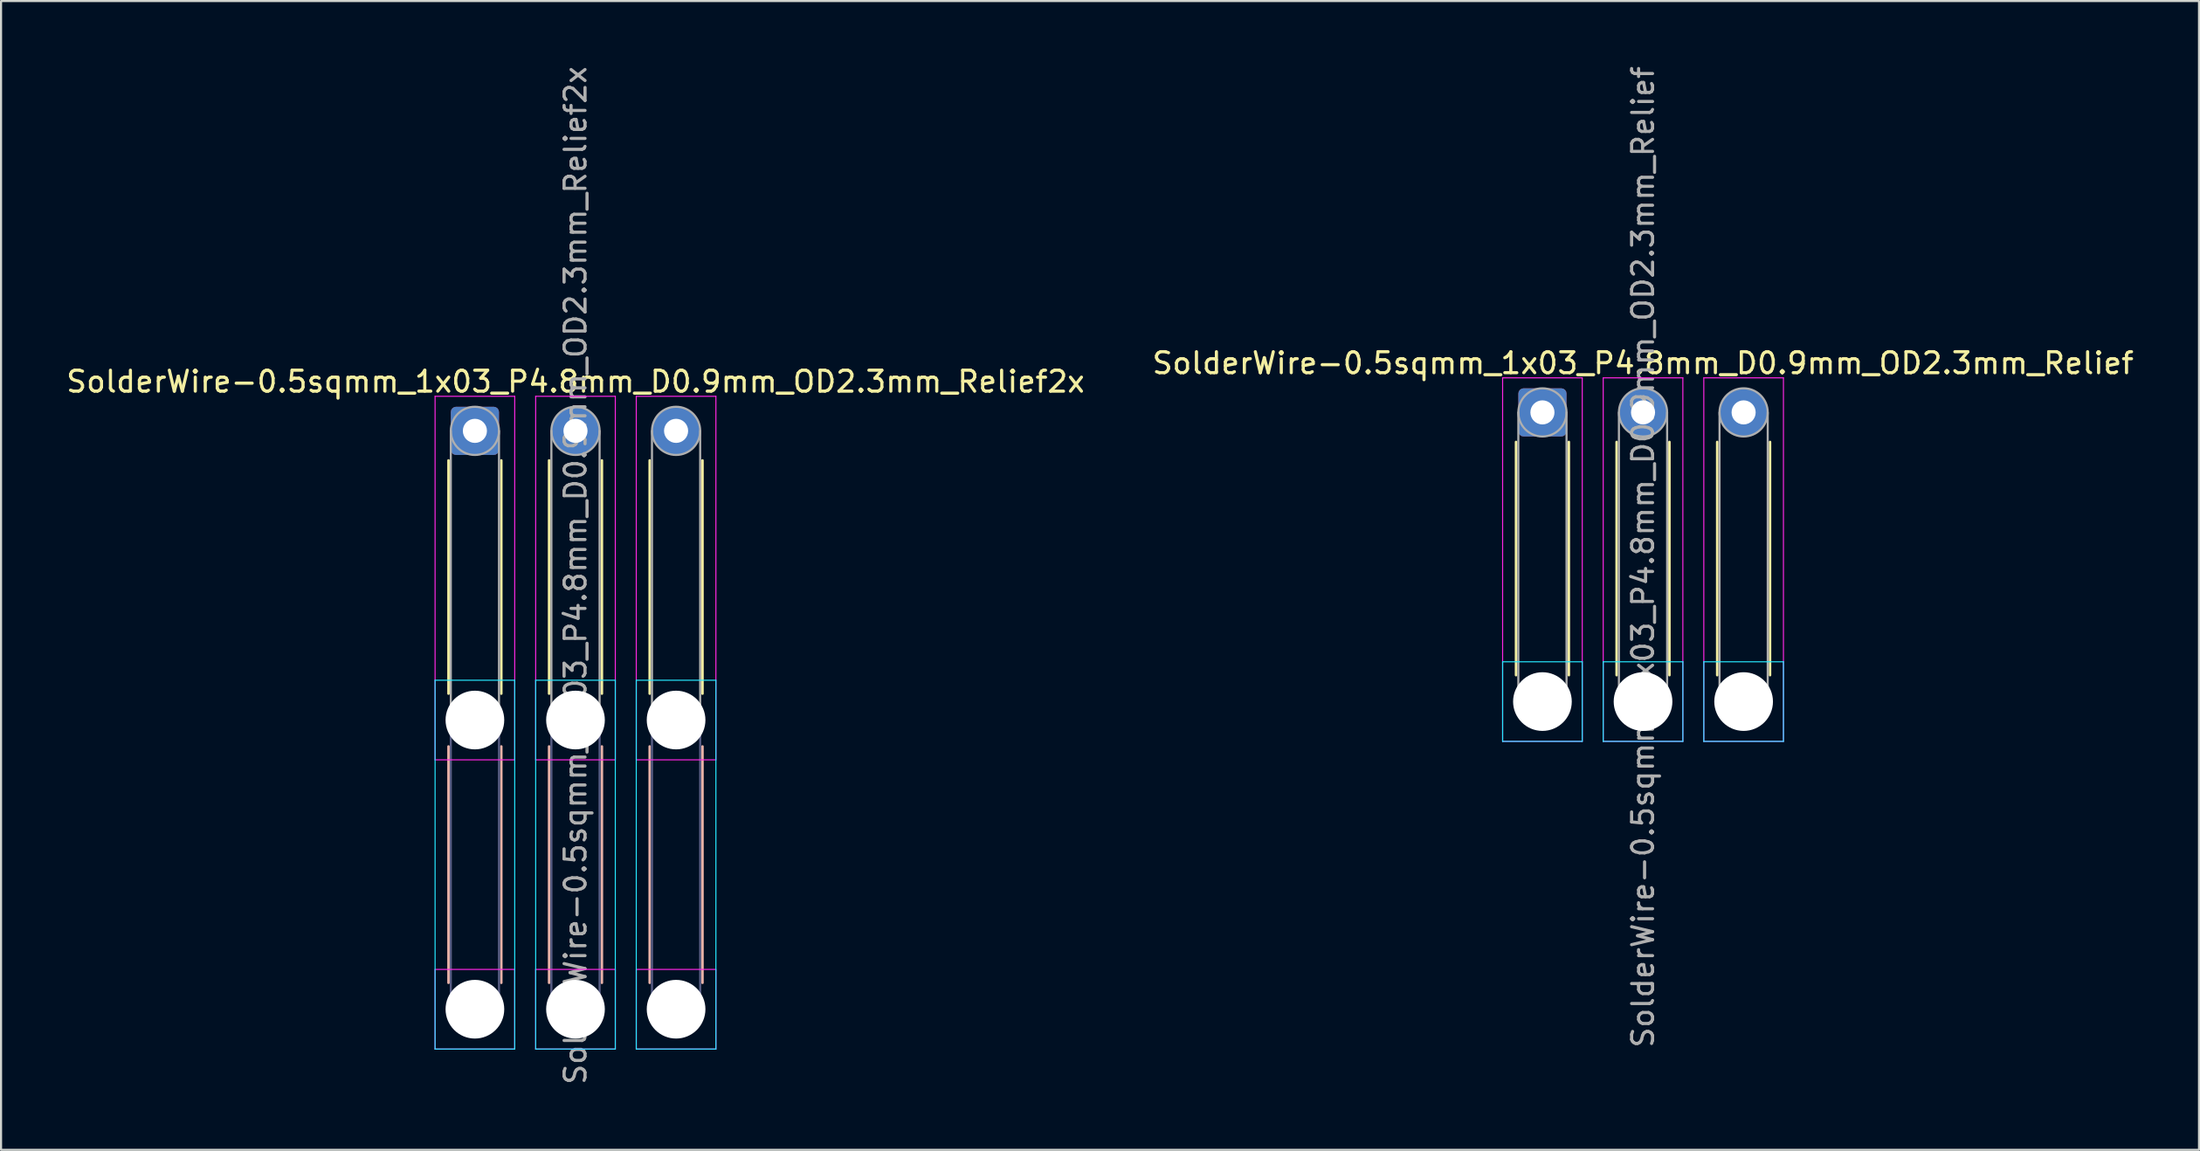
<source format=kicad_pcb>
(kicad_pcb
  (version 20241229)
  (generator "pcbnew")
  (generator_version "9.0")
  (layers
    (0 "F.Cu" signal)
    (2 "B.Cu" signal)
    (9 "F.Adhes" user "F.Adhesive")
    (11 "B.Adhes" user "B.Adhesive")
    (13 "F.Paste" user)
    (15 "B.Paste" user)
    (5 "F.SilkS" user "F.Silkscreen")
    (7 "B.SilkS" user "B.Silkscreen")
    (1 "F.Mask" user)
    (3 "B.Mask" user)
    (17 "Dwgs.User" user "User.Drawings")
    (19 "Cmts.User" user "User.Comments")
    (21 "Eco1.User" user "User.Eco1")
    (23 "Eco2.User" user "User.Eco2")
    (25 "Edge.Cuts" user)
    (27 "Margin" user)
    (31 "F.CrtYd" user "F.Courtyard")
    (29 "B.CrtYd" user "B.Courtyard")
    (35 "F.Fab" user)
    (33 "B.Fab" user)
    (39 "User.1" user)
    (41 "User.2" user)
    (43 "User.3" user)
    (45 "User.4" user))
  (footprint "SolderWire-0.5sqmm_1x03_P4.8mm_D0.9mm_OD2.3mm_Relief"
    (layer "F.Cu")
    (at 70.551 16.63)
    (property "Reference" "SolderWire-0.5sqmm_1x03_P4.8mm_D0.9mm_OD2.3mm_Relief" (at 4.8 -2.35 0) (layer "F.SilkS") (effects (font (size 1 1) (thickness 0.15))))
    (attr exclude_from_pos_files exclude_from_bom)
    (fp_line (start -1.26 1.41) (end -1.26 12.54) (stroke (width 0.12) (type solid)) (layer "F.SilkS"))
    (fp_line (start 1.26 1.41) (end 1.26 12.54) (stroke (width 0.12) (type solid)) (layer "F.SilkS"))
    (fp_line (start 3.54 1.41) (end 3.54 12.54) (stroke (width 0.12) (type solid)) (layer "F.SilkS"))
    (fp_line (start 6.06 1.41) (end 6.06 12.54) (stroke (width 0.12) (type solid)) (layer "F.SilkS"))
    (fp_line (start 8.34 1.41) (end 8.34 12.54) (stroke (width 0.12) (type solid)) (layer "F.SilkS"))
    (fp_line (start 10.86 1.41) (end 10.86 12.54) (stroke (width 0.12) (type solid)) (layer "F.SilkS"))
    (fp_line (start -1.9 11.9) (end -1.9 15.7) (stroke (width 0.05) (type solid)) (layer "B.CrtYd"))
    (fp_line (start -1.9 15.7) (end 1.9 15.7) (stroke (width 0.05) (type solid)) (layer "B.CrtYd"))
    (fp_line (start 1.9 11.9) (end -1.9 11.9) (stroke (width 0.05) (type solid)) (layer "B.CrtYd"))
    (fp_line (start 1.9 15.7) (end 1.9 11.9) (stroke (width 0.05) (type solid)) (layer "B.CrtYd"))
    (fp_line (start 2.9 11.9) (end 2.9 15.7) (stroke (width 0.05) (type solid)) (layer "B.CrtYd"))
    (fp_line (start 2.9 15.7) (end 6.7 15.7) (stroke (width 0.05) (type solid)) (layer "B.CrtYd"))
    (fp_line (start 6.7 11.9) (end 2.9 11.9) (stroke (width 0.05) (type solid)) (layer "B.CrtYd"))
    (fp_line (start 6.7 15.7) (end 6.7 11.9) (stroke (width 0.05) (type solid)) (layer "B.CrtYd"))
    (fp_line (start 7.7 11.9) (end 7.7 15.7) (stroke (width 0.05) (type solid)) (layer "B.CrtYd"))
    (fp_line (start 7.7 15.7) (end 11.5 15.7) (stroke (width 0.05) (type solid)) (layer "B.CrtYd"))
    (fp_line (start 11.5 11.9) (end 7.7 11.9) (stroke (width 0.05) (type solid)) (layer "B.CrtYd"))
    (fp_line (start 11.5 15.7) (end 11.5 11.9) (stroke (width 0.05) (type solid)) (layer "B.CrtYd"))
    (fp_line (start -1.9 -1.65) (end -1.9 15.7) (stroke (width 0.05) (type solid)) (layer "F.CrtYd"))
    (fp_line (start -1.9 15.7) (end 1.9 15.7) (stroke (width 0.05) (type solid)) (layer "F.CrtYd"))
    (fp_line (start 1.9 -1.65) (end -1.9 -1.65) (stroke (width 0.05) (type solid)) (layer "F.CrtYd"))
    (fp_line (start 1.9 15.7) (end 1.9 -1.65) (stroke (width 0.05) (type solid)) (layer "F.CrtYd"))
    (fp_line (start 2.9 -1.65) (end 2.9 15.7) (stroke (width 0.05) (type solid)) (layer "F.CrtYd"))
    (fp_line (start 2.9 15.7) (end 6.7 15.7) (stroke (width 0.05) (type solid)) (layer "F.CrtYd"))
    (fp_line (start 6.7 -1.65) (end 2.9 -1.65) (stroke (width 0.05) (type solid)) (layer "F.CrtYd"))
    (fp_line (start 6.7 15.7) (end 6.7 -1.65) (stroke (width 0.05) (type solid)) (layer "F.CrtYd"))
    (fp_line (start 7.7 -1.65) (end 7.7 15.7) (stroke (width 0.05) (type solid)) (layer "F.CrtYd"))
    (fp_line (start 7.7 15.7) (end 11.5 15.7) (stroke (width 0.05) (type solid)) (layer "F.CrtYd"))
    (fp_line (start 11.5 -1.65) (end 7.7 -1.65) (stroke (width 0.05) (type solid)) (layer "F.CrtYd"))
    (fp_line (start 11.5 15.7) (end 11.5 -1.65) (stroke (width 0.05) (type solid)) (layer "F.CrtYd"))
    (fp_line (start -1.15 0) (end -1.15 13.8) (stroke (width 0.1) (type solid)) (layer "F.Fab"))
    (fp_line (start 1.15 0) (end 1.15 13.8) (stroke (width 0.1) (type solid)) (layer "F.Fab"))
    (fp_line (start 3.65 0) (end 3.65 13.8) (stroke (width 0.1) (type solid)) (layer "F.Fab"))
    (fp_line (start 5.95 0) (end 5.95 13.8) (stroke (width 0.1) (type solid)) (layer "F.Fab"))
    (fp_line (start 8.45 0) (end 8.45 13.8) (stroke (width 0.1) (type solid)) (layer "F.Fab"))
    (fp_line (start 10.75 0) (end 10.75 13.8) (stroke (width 0.1) (type solid)) (layer "F.Fab"))
    (fp_circle (center 0 0) (end 1.15 0) (stroke (width 0.1) (type solid)) (fill no) (layer "F.Fab"))
    (fp_circle (center 0 13.8) (end 1.15 13.8) (stroke (width 0.1) (type solid)) (fill no) (layer "F.Fab"))
    (fp_circle (center 4.8 0) (end 5.95 0) (stroke (width 0.1) (type solid)) (fill no) (layer "F.Fab"))
    (fp_circle (center 4.8 13.8) (end 5.95 13.8) (stroke (width 0.1) (type solid)) (fill no) (layer "F.Fab"))
    (fp_circle (center 9.6 0) (end 10.75 0) (stroke (width 0.1) (type solid)) (fill no) (layer "F.Fab"))
    (fp_circle (center 9.6 13.8) (end 10.75 13.8) (stroke (width 0.1) (type solid)) (fill no) (layer "F.Fab"))
    (fp_text user "${REFERENCE}" (at 4.8 6.9 90) (layer "F.Fab") (effects (font (size 1 1) (thickness 0.15))))
    (pad "" np_thru_hole circle (at 0 13.8) (size 2.8 2.8) (drill 2.8) (layers "*.Cu" "*.Mask"))
    (pad "" np_thru_hole circle (at 4.8 13.8) (size 2.8 2.8) (drill 2.8) (layers "*.Cu" "*.Mask"))
    (pad "" np_thru_hole circle (at 9.6 13.8) (size 2.8 2.8) (drill 2.8) (layers "*.Cu" "*.Mask"))
    (pad "1" thru_hole roundrect (at 0 0) (size 2.3 2.3) (drill 1.15) (layers "*.Cu" "*.Mask") (roundrect_rratio 0.109))
    (pad "2" thru_hole circle (at 4.8 0) (size 2.3 2.3) (drill 1.15) (layers "*.Cu" "*.Mask"))
    (pad "3" thru_hole circle (at 9.6 0) (size 2.3 2.3) (drill 1.15) (layers "*.Cu" "*.Mask")))
  (footprint "SolderWire-0.5sqmm_1x03_P4.8mm_D0.9mm_OD2.3mm_Relief2x"
    (layer "F.Cu")
    (at 19.611 17.511)
    (property "Reference" "SolderWire-0.5sqmm_1x03_P4.8mm_D0.9mm_OD2.3mm_Relief2x" (at 4.8 -2.35 0) (layer "F.SilkS") (effects (font (size 1 1) (thickness 0.15))))
    (attr exclude_from_pos_files exclude_from_bom)
    (fp_line (start -1.26 1.41) (end -1.26 12.54) (stroke (width 0.12) (type solid)) (layer "F.SilkS"))
    (fp_line (start 1.26 1.41) (end 1.26 12.54) (stroke (width 0.12) (type solid)) (layer "F.SilkS"))
    (fp_line (start 3.54 1.41) (end 3.54 12.54) (stroke (width 0.12) (type solid)) (layer "F.SilkS"))
    (fp_line (start 6.06 1.41) (end 6.06 12.54) (stroke (width 0.12) (type solid)) (layer "F.SilkS"))
    (fp_line (start 8.34 1.41) (end 8.34 12.54) (stroke (width 0.12) (type solid)) (layer "F.SilkS"))
    (fp_line (start 10.86 1.41) (end 10.86 12.54) (stroke (width 0.12) (type solid)) (layer "F.SilkS"))
    (fp_line (start -1.26 15.06) (end -1.26 26.34) (stroke (width 0.12) (type solid)) (layer "B.SilkS"))
    (fp_line (start 1.26 15.06) (end 1.26 26.34) (stroke (width 0.12) (type solid)) (layer "B.SilkS"))
    (fp_line (start 3.54 15.06) (end 3.54 26.34) (stroke (width 0.12) (type solid)) (layer "B.SilkS"))
    (fp_line (start 6.06 15.06) (end 6.06 26.34) (stroke (width 0.12) (type solid)) (layer "B.SilkS"))
    (fp_line (start 8.34 15.06) (end 8.34 26.34) (stroke (width 0.12) (type solid)) (layer "B.SilkS"))
    (fp_line (start 10.86 15.06) (end 10.86 26.34) (stroke (width 0.12) (type solid)) (layer "B.SilkS"))
    (fp_line (start -1.9 11.9) (end -1.9 29.5) (stroke (width 0.05) (type solid)) (layer "B.CrtYd"))
    (fp_line (start -1.9 29.5) (end 1.9 29.5) (stroke (width 0.05) (type solid)) (layer "B.CrtYd"))
    (fp_line (start 1.9 11.9) (end -1.9 11.9) (stroke (width 0.05) (type solid)) (layer "B.CrtYd"))
    (fp_line (start 1.9 29.5) (end 1.9 11.9) (stroke (width 0.05) (type solid)) (layer "B.CrtYd"))
    (fp_line (start 2.9 11.9) (end 2.9 29.5) (stroke (width 0.05) (type solid)) (layer "B.CrtYd"))
    (fp_line (start 2.9 29.5) (end 6.7 29.5) (stroke (width 0.05) (type solid)) (layer "B.CrtYd"))
    (fp_line (start 6.7 11.9) (end 2.9 11.9) (stroke (width 0.05) (type solid)) (layer "B.CrtYd"))
    (fp_line (start 6.7 29.5) (end 6.7 11.9) (stroke (width 0.05) (type solid)) (layer "B.CrtYd"))
    (fp_line (start 7.7 11.9) (end 7.7 29.5) (stroke (width 0.05) (type solid)) (layer "B.CrtYd"))
    (fp_line (start 7.7 29.5) (end 11.5 29.5) (stroke (width 0.05) (type solid)) (layer "B.CrtYd"))
    (fp_line (start 11.5 11.9) (end 7.7 11.9) (stroke (width 0.05) (type solid)) (layer "B.CrtYd"))
    (fp_line (start 11.5 29.5) (end 11.5 11.9) (stroke (width 0.05) (type solid)) (layer "B.CrtYd"))
    (fp_line (start -1.9 -1.65) (end -1.9 15.7) (stroke (width 0.05) (type solid)) (layer "F.CrtYd"))
    (fp_line (start -1.9 15.7) (end 1.9 15.7) (stroke (width 0.05) (type solid)) (layer "F.CrtYd"))
    (fp_line (start -1.9 25.7) (end -1.9 29.5) (stroke (width 0.05) (type solid)) (layer "F.CrtYd"))
    (fp_line (start -1.9 29.5) (end 1.9 29.5) (stroke (width 0.05) (type solid)) (layer "F.CrtYd"))
    (fp_line (start 1.9 -1.65) (end -1.9 -1.65) (stroke (width 0.05) (type solid)) (layer "F.CrtYd"))
    (fp_line (start 1.9 15.7) (end 1.9 -1.65) (stroke (width 0.05) (type solid)) (layer "F.CrtYd"))
    (fp_line (start 1.9 25.7) (end -1.9 25.7) (stroke (width 0.05) (type solid)) (layer "F.CrtYd"))
    (fp_line (start 1.9 29.5) (end 1.9 25.7) (stroke (width 0.05) (type solid)) (layer "F.CrtYd"))
    (fp_line (start 2.9 -1.65) (end 2.9 15.7) (stroke (width 0.05) (type solid)) (layer "F.CrtYd"))
    (fp_line (start 2.9 15.7) (end 6.7 15.7) (stroke (width 0.05) (type solid)) (layer "F.CrtYd"))
    (fp_line (start 2.9 25.7) (end 2.9 29.5) (stroke (width 0.05) (type solid)) (layer "F.CrtYd"))
    (fp_line (start 2.9 29.5) (end 6.7 29.5) (stroke (width 0.05) (type solid)) (layer "F.CrtYd"))
    (fp_line (start 6.7 -1.65) (end 2.9 -1.65) (stroke (width 0.05) (type solid)) (layer "F.CrtYd"))
    (fp_line (start 6.7 15.7) (end 6.7 -1.65) (stroke (width 0.05) (type solid)) (layer "F.CrtYd"))
    (fp_line (start 6.7 25.7) (end 2.9 25.7) (stroke (width 0.05) (type solid)) (layer "F.CrtYd"))
    (fp_line (start 6.7 29.5) (end 6.7 25.7) (stroke (width 0.05) (type solid)) (layer "F.CrtYd"))
    (fp_line (start 7.7 -1.65) (end 7.7 15.7) (stroke (width 0.05) (type solid)) (layer "F.CrtYd"))
    (fp_line (start 7.7 15.7) (end 11.5 15.7) (stroke (width 0.05) (type solid)) (layer "F.CrtYd"))
    (fp_line (start 7.7 25.7) (end 7.7 29.5) (stroke (width 0.05) (type solid)) (layer "F.CrtYd"))
    (fp_line (start 7.7 29.5) (end 11.5 29.5) (stroke (width 0.05) (type solid)) (layer "F.CrtYd"))
    (fp_line (start 11.5 -1.65) (end 7.7 -1.65) (stroke (width 0.05) (type solid)) (layer "F.CrtYd"))
    (fp_line (start 11.5 15.7) (end 11.5 -1.65) (stroke (width 0.05) (type solid)) (layer "F.CrtYd"))
    (fp_line (start 11.5 25.7) (end 7.7 25.7) (stroke (width 0.05) (type solid)) (layer "F.CrtYd"))
    (fp_line (start 11.5 29.5) (end 11.5 25.7) (stroke (width 0.05) (type solid)) (layer "F.CrtYd"))
    (fp_line (start -1.15 13.8) (end -1.15 27.6) (stroke (width 0.1) (type solid)) (layer "B.Fab"))
    (fp_line (start 1.15 13.8) (end 1.15 27.6) (stroke (width 0.1) (type solid)) (layer "B.Fab"))
    (fp_line (start 3.65 13.8) (end 3.65 27.6) (stroke (width 0.1) (type solid)) (layer "B.Fab"))
    (fp_line (start 5.95 13.8) (end 5.95 27.6) (stroke (width 0.1) (type solid)) (layer "B.Fab"))
    (fp_line (start 8.45 13.8) (end 8.45 27.6) (stroke (width 0.1) (type solid)) (layer "B.Fab"))
    (fp_line (start 10.75 13.8) (end 10.75 27.6) (stroke (width 0.1) (type solid)) (layer "B.Fab"))
    (fp_circle (center 0 13.8) (end 1.15 13.8) (stroke (width 0.1) (type solid)) (fill no) (layer "B.Fab"))
    (fp_circle (center 0 27.6) (end 1.15 27.6) (stroke (width 0.1) (type solid)) (fill no) (layer "B.Fab"))
    (fp_circle (center 4.8 13.8) (end 5.95 13.8) (stroke (width 0.1) (type solid)) (fill no) (layer "B.Fab"))
    (fp_circle (center 4.8 27.6) (end 5.95 27.6) (stroke (width 0.1) (type solid)) (fill no) (layer "B.Fab"))
    (fp_circle (center 9.6 13.8) (end 10.75 13.8) (stroke (width 0.1) (type solid)) (fill no) (layer "B.Fab"))
    (fp_circle (center 9.6 27.6) (end 10.75 27.6) (stroke (width 0.1) (type solid)) (fill no) (layer "B.Fab"))
    (fp_line (start -1.15 0) (end -1.15 13.8) (stroke (width 0.1) (type solid)) (layer "F.Fab"))
    (fp_line (start 1.15 0) (end 1.15 13.8) (stroke (width 0.1) (type solid)) (layer "F.Fab"))
    (fp_line (start 3.65 0) (end 3.65 13.8) (stroke (width 0.1) (type solid)) (layer "F.Fab"))
    (fp_line (start 5.95 0) (end 5.95 13.8) (stroke (width 0.1) (type solid)) (layer "F.Fab"))
    (fp_line (start 8.45 0) (end 8.45 13.8) (stroke (width 0.1) (type solid)) (layer "F.Fab"))
    (fp_line (start 10.75 0) (end 10.75 13.8) (stroke (width 0.1) (type solid)) (layer "F.Fab"))
    (fp_circle (center 0 0) (end 1.15 0) (stroke (width 0.1) (type solid)) (fill no) (layer "F.Fab"))
    (fp_circle (center 0 13.8) (end 1.15 13.8) (stroke (width 0.1) (type solid)) (fill no) (layer "F.Fab"))
    (fp_circle (center 0 27.6) (end 1.15 27.6) (stroke (width 0.1) (type solid)) (fill no) (layer "F.Fab"))
    (fp_circle (center 4.8 0) (end 5.95 0) (stroke (width 0.1) (type solid)) (fill no) (layer "F.Fab"))
    (fp_circle (center 4.8 13.8) (end 5.95 13.8) (stroke (width 0.1) (type solid)) (fill no) (layer "F.Fab"))
    (fp_circle (center 4.8 27.6) (end 5.95 27.6) (stroke (width 0.1) (type solid)) (fill no) (layer "F.Fab"))
    (fp_circle (center 9.6 0) (end 10.75 0) (stroke (width 0.1) (type solid)) (fill no) (layer "F.Fab"))
    (fp_circle (center 9.6 13.8) (end 10.75 13.8) (stroke (width 0.1) (type solid)) (fill no) (layer "F.Fab"))
    (fp_circle (center 9.6 27.6) (end 10.75 27.6) (stroke (width 0.1) (type solid)) (fill no) (layer "F.Fab"))
    (fp_text user "${REFERENCE}" (at 4.8 6.9 90) (layer "F.Fab") (effects (font (size 1 1) (thickness 0.15))))
    (pad "" np_thru_hole circle (at 0 13.8) (size 2.8 2.8) (drill 2.8) (layers "*.Cu" "*.Mask"))
    (pad "" np_thru_hole circle (at 0 27.6) (size 2.8 2.8) (drill 2.8) (layers "*.Cu" "*.Mask"))
    (pad "" np_thru_hole circle (at 4.8 13.8) (size 2.8 2.8) (drill 2.8) (layers "*.Cu" "*.Mask"))
    (pad "" np_thru_hole circle (at 4.8 27.6) (size 2.8 2.8) (drill 2.8) (layers "*.Cu" "*.Mask"))
    (pad "" np_thru_hole circle (at 9.6 13.8) (size 2.8 2.8) (drill 2.8) (layers "*.Cu" "*.Mask"))
    (pad "" np_thru_hole circle (at 9.6 27.6) (size 2.8 2.8) (drill 2.8) (layers "*.Cu" "*.Mask"))
    (pad "1" thru_hole roundrect (at 0 0) (size 2.3 2.3) (drill 1.15) (layers "*.Cu" "*.Mask") (roundrect_rratio 0.109))
    (pad "2" thru_hole circle (at 4.8 0) (size 2.3 2.3) (drill 1.15) (layers "*.Cu" "*.Mask"))
    (pad "3" thru_hole circle (at 9.6 0) (size 2.3 2.3) (drill 1.15) (layers "*.Cu" "*.Mask")))
  (gr_rect
    (start -3 -3)
    (end 101.881 51.821)
    (stroke (width 0.1) (type default))
    (fill no)
    (layer "Edge.Cuts")))
</source>
